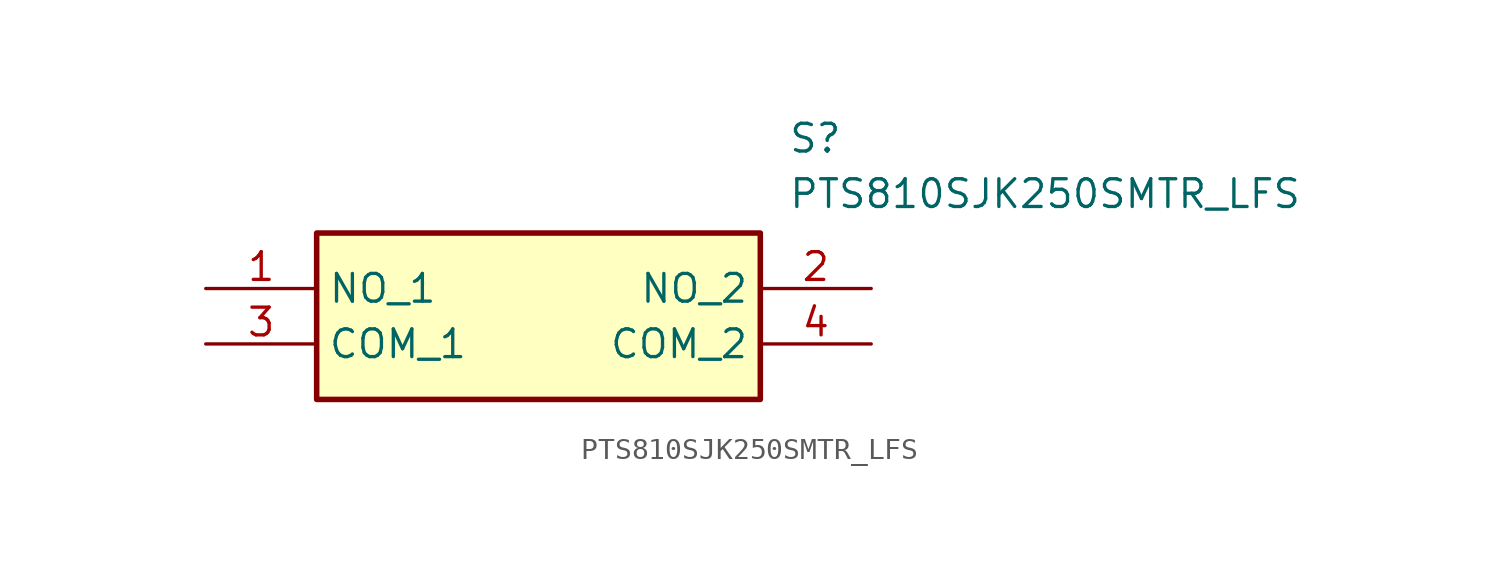
<source format=kicad_sym>
(kicad_symbol_lib
  (version 20211014)
  (generator SamacSys_ECAD_Model)
  (symbol "PTS810SJK250SMTR_LFS"
    (property "Reference" "S"
      (at 26.67 7.62 0)
      (effects (font (size 1.27 1.27)) (justify left top)))
    (property "Value" "PTS810SJK250SMTR_LFS"
      (at 26.67 5.08 0)
      (effects (font (size 1.27 1.27)) (justify left top)))
    (rectangle
      (start 5.08 2.54)
      (end 25.4 -5.08)
      (stroke (width 0.254) (type default))
      (fill (type background)))
    (pin passive line
      (at 0 0 0)
      (length 5.08)
      (name "NO_1" (effects (font (size 1.27 1.27))))
      (number "1" (effects (font (size 1.27 1.27)))))
    (pin passive line
      (at 30.48 0 180)
      (length 5.08)
      (name "NO_2" (effects (font (size 1.27 1.27))))
      (number "2" (effects (font (size 1.27 1.27)))))
    (pin passive line
      (at 0 -2.54 0)
      (length 5.08)
      (name "COM_1" (effects (font (size 1.27 1.27))))
      (number "3" (effects (font (size 1.27 1.27)))))
    (pin passive line
      (at 30.48 -2.54 180)
      (length 5.08)
      (name "COM_2" (effects (font (size 1.27 1.27))))
      (number "4" (effects (font (size 1.27 1.27)))))))
</source>
